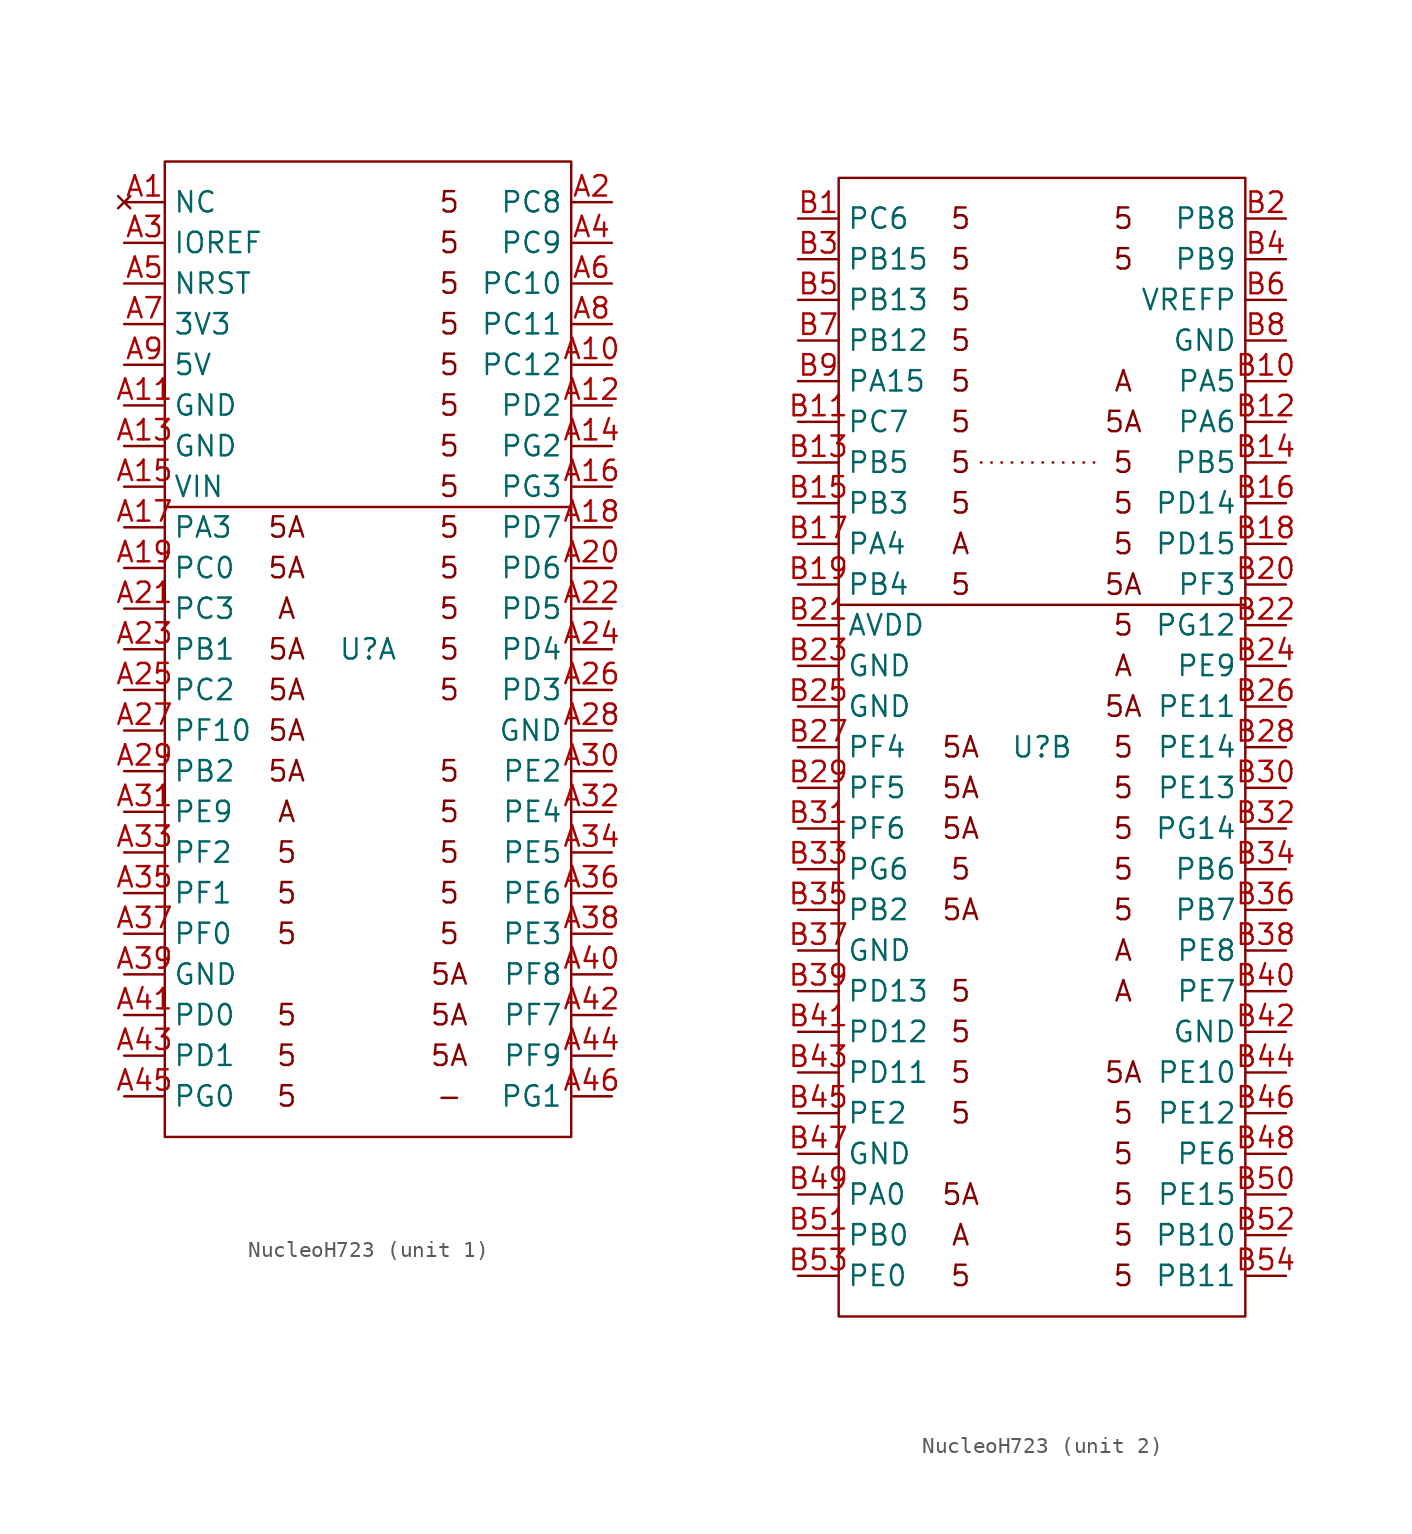
<source format=kicad_sym>
(kicad_symbol_lib
  (version 20220914)
  (generator kicad_symbol_editor)
  (symbol "NucleoH723"
    (property "Reference" "U"
      (at 0 0 0)
      (effects (font (size 1.27 1.27))))
    (property "Value" ""
      (at 0 0 0)
      (effects (font (size 1.27 1.27))))
    (property "ki_locked" ""
      (at 0 0 0)
      (effects (font (size 1.27 1.27))))
    (symbol "NucleoH723_1_1"
      (rectangle (start -12.7 30.48) (end 12.7 -30.48) (stroke (width 0) (type default)) (fill (type none)))
      (polyline (pts (xy 12.7 8.89) (xy -12.7 8.89)) (stroke (width 0) (type default)) (fill (type none)))
      (text "-" (at 5.08 -27.94 0) (effects (font (size 1.27 1.27))))
      (text "5" (at -5.08 -27.94 0) (effects (font (size 1.27 1.27))))
      (text "5" (at -5.08 -25.4 0) (effects (font (size 1.27 1.27))))
      (text "5" (at -5.08 -22.86 0) (effects (font (size 1.27 1.27))))
      (text "5" (at -5.08 -17.78 0) (effects (font (size 1.27 1.27))))
      (text "5" (at -5.08 -15.24 0) (effects (font (size 1.27 1.27))))
      (text "5" (at -5.08 -12.7 0) (effects (font (size 1.27 1.27))))
      (text "5" (at 5.08 -17.78 0) (effects (font (size 1.27 1.27))))
      (text "5" (at 5.08 -15.24 0) (effects (font (size 1.27 1.27))))
      (text "5" (at 5.08 -12.7 0) (effects (font (size 1.27 1.27))))
      (text "5" (at 5.08 -10.16 0) (effects (font (size 1.27 1.27))))
      (text "5" (at 5.08 -7.62 0) (effects (font (size 1.27 1.27))))
      (text "5" (at 5.08 -2.54 0) (effects (font (size 1.27 1.27))))
      (text "5" (at 5.08 0 0) (effects (font (size 1.27 1.27))))
      (text "5" (at 5.08 2.54 0) (effects (font (size 1.27 1.27))))
      (text "5" (at 5.08 5.08 0) (effects (font (size 1.27 1.27))))
      (text "5" (at 5.08 7.62 0) (effects (font (size 1.27 1.27))))
      (text "5" (at 5.08 10.16 0) (effects (font (size 1.27 1.27))))
      (text "5" (at 5.08 12.7 0) (effects (font (size 1.27 1.27))))
      (text "5" (at 5.08 15.24 0) (effects (font (size 1.27 1.27))))
      (text "5" (at 5.08 17.78 0) (effects (font (size 1.27 1.27))))
      (text "5" (at 5.08 20.32 0) (effects (font (size 1.27 1.27))))
      (text "5" (at 5.08 22.86 0) (effects (font (size 1.27 1.27))))
      (text "5" (at 5.08 25.4 0) (effects (font (size 1.27 1.27))))
      (text "5" (at 5.08 27.94 0) (effects (font (size 1.27 1.27))))
      (text "5A" (at -5.08 -7.62 0) (effects (font (size 1.27 1.27))))
      (text "5A" (at -5.08 -5.08 0) (effects (font (size 1.27 1.27))))
      (text "5A" (at -5.08 -2.54 0) (effects (font (size 1.27 1.27))))
      (text "5A" (at -5.08 0 0) (effects (font (size 1.27 1.27))))
      (text "5A" (at -5.08 5.08 0) (effects (font (size 1.27 1.27))))
      (text "5A" (at -5.08 7.62 0) (effects (font (size 1.27 1.27))))
      (text "5A" (at 5.08 -25.4 0) (effects (font (size 1.27 1.27))))
      (text "5A" (at 5.08 -22.86 0) (effects (font (size 1.27 1.27))))
      (text "5A" (at 5.08 -20.32 0) (effects (font (size 1.27 1.27))))
      (text "A" (at -5.08 -10.16 0) (effects (font (size 1.27 1.27))))
      (text "A" (at -5.08 2.54 0) (effects (font (size 1.27 1.27))))
      (pin no_connect line (at -15.24 27.94 0) (length 2.54) (name "NC" (effects (font (size 1.27 1.27)))) (number "A1" (effects (font (size 1.27 1.27)))))
      (pin bidirectional line (at 15.24 17.78 180) (length 2.54) (name "PC12" (effects (font (size 1.27 1.27)))) (number "A10" (effects (font (size 1.27 1.27)))))
      (pin bidirectional line (at -15.24 15.24 0) (length 2.54) (name "GND" (effects (font (size 1.27 1.27)))) (number "A11" (effects (font (size 1.27 1.27)))))
      (pin bidirectional line (at 15.24 15.24 180) (length 2.54) (name "PD2" (effects (font (size 1.27 1.27)))) (number "A12" (effects (font (size 1.27 1.27)))))
      (pin bidirectional line (at -15.24 12.7 0) (length 2.54) (name "GND" (effects (font (size 1.27 1.27)))) (number "A13" (effects (font (size 1.27 1.27)))))
      (pin bidirectional line (at 15.24 12.7 180) (length 2.54) (name "PG2" (effects (font (size 1.27 1.27)))) (number "A14" (effects (font (size 1.27 1.27)))))
      (pin bidirectional line (at -15.24 10.16 0) (length 2.54) (name "VIN" (effects (font (size 1.27 1.27)))) (number "A15" (effects (font (size 1.27 1.27)))))
      (pin bidirectional line (at 15.24 10.16 180) (length 2.54) (name "PG3" (effects (font (size 1.27 1.27)))) (number "A16" (effects (font (size 1.27 1.27)))))
      (pin bidirectional line (at -15.24 7.62 0) (length 2.54) (name "PA3" (effects (font (size 1.27 1.27)))) (number "A17" (effects (font (size 1.27 1.27)))))
      (pin bidirectional line (at 15.24 7.62 180) (length 2.54) (name "PD7" (effects (font (size 1.27 1.27)))) (number "A18" (effects (font (size 1.27 1.27)))))
      (pin bidirectional line (at -15.24 5.08 0) (length 2.54) (name "PC0" (effects (font (size 1.27 1.27)))) (number "A19" (effects (font (size 1.27 1.27)))))
      (pin bidirectional line (at 15.24 27.94 180) (length 2.54) (name "PC8" (effects (font (size 1.27 1.27)))) (number "A2" (effects (font (size 1.27 1.27)))))
      (pin bidirectional line (at 15.24 5.08 180) (length 2.54) (name "PD6" (effects (font (size 1.27 1.27)))) (number "A20" (effects (font (size 1.27 1.27)))))
      (pin bidirectional line (at -15.24 2.54 0) (length 2.54) (name "PC3" (effects (font (size 1.27 1.27)))) (number "A21" (effects (font (size 1.27 1.27)))))
      (pin bidirectional line (at 15.24 2.54 180) (length 2.54) (name "PD5" (effects (font (size 1.27 1.27)))) (number "A22" (effects (font (size 1.27 1.27)))))
      (pin bidirectional line (at -15.24 0 0) (length 2.54) (name "PB1" (effects (font (size 1.27 1.27)))) (number "A23" (effects (font (size 1.27 1.27)))))
      (pin bidirectional line (at 15.24 0 180) (length 2.54) (name "PD4" (effects (font (size 1.27 1.27)))) (number "A24" (effects (font (size 1.27 1.27)))))
      (pin bidirectional line (at -15.24 -2.54 0) (length 2.54) (name "PC2" (effects (font (size 1.27 1.27)))) (number "A25" (effects (font (size 1.27 1.27)))))
      (pin bidirectional line (at 15.24 -2.54 180) (length 2.54) (name "PD3" (effects (font (size 1.27 1.27)))) (number "A26" (effects (font (size 1.27 1.27)))))
      (pin bidirectional line (at -15.24 -5.08 0) (length 2.54) (name "PF10" (effects (font (size 1.27 1.27)))) (number "A27" (effects (font (size 1.27 1.27)))))
      (pin bidirectional line (at 15.24 -5.08 180) (length 2.54) (name "GND" (effects (font (size 1.27 1.27)))) (number "A28" (effects (font (size 1.27 1.27)))))
      (pin bidirectional line (at -15.24 -7.62 0) (length 2.54) (name "PB2" (effects (font (size 1.27 1.27)))) (number "A29" (effects (font (size 1.27 1.27)))))
      (pin bidirectional line (at -15.24 25.4 0) (length 2.54) (name "IOREF" (effects (font (size 1.27 1.27)))) (number "A3" (effects (font (size 1.27 1.27)))))
      (pin bidirectional line (at 15.24 -7.62 180) (length 2.54) (name "PE2" (effects (font (size 1.27 1.27)))) (number "A30" (effects (font (size 1.27 1.27)))))
      (pin bidirectional line (at -15.24 -10.16 0) (length 2.54) (name "PE9" (effects (font (size 1.27 1.27)))) (number "A31" (effects (font (size 1.27 1.27)))))
      (pin bidirectional line (at 15.24 -10.16 180) (length 2.54) (name "PE4" (effects (font (size 1.27 1.27)))) (number "A32" (effects (font (size 1.27 1.27)))))
      (pin bidirectional line (at -15.24 -12.7 0) (length 2.54) (name "PF2" (effects (font (size 1.27 1.27)))) (number "A33" (effects (font (size 1.27 1.27)))))
      (pin bidirectional line (at 15.24 -12.7 180) (length 2.54) (name "PE5" (effects (font (size 1.27 1.27)))) (number "A34" (effects (font (size 1.27 1.27)))))
      (pin bidirectional line (at -15.24 -15.24 0) (length 2.54) (name "PF1" (effects (font (size 1.27 1.27)))) (number "A35" (effects (font (size 1.27 1.27)))))
      (pin bidirectional line (at 15.24 -15.24 180) (length 2.54) (name "PE6" (effects (font (size 1.27 1.27)))) (number "A36" (effects (font (size 1.27 1.27)))))
      (pin bidirectional line (at -15.24 -17.78 0) (length 2.54) (name "PF0" (effects (font (size 1.27 1.27)))) (number "A37" (effects (font (size 1.27 1.27)))))
      (pin bidirectional line (at 15.24 -17.78 180) (length 2.54) (name "PE3" (effects (font (size 1.27 1.27)))) (number "A38" (effects (font (size 1.27 1.27)))))
      (pin bidirectional line (at -15.24 -20.32 0) (length 2.54) (name "GND" (effects (font (size 1.27 1.27)))) (number "A39" (effects (font (size 1.27 1.27)))))
      (pin bidirectional line (at 15.24 25.4 180) (length 2.54) (name "PC9" (effects (font (size 1.27 1.27)))) (number "A4" (effects (font (size 1.27 1.27)))))
      (pin bidirectional line (at 15.24 -20.32 180) (length 2.54) (name "PF8" (effects (font (size 1.27 1.27)))) (number "A40" (effects (font (size 1.27 1.27)))))
      (pin bidirectional line (at -15.24 -22.86 0) (length 2.54) (name "PD0" (effects (font (size 1.27 1.27)))) (number "A41" (effects (font (size 1.27 1.27)))))
      (pin bidirectional line (at 15.24 -22.86 180) (length 2.54) (name "PF7" (effects (font (size 1.27 1.27)))) (number "A42" (effects (font (size 1.27 1.27)))))
      (pin bidirectional line (at -15.24 -25.4 0) (length 2.54) (name "PD1" (effects (font (size 1.27 1.27)))) (number "A43" (effects (font (size 1.27 1.27)))))
      (pin bidirectional line (at 15.24 -25.4 180) (length 2.54) (name "PF9" (effects (font (size 1.27 1.27)))) (number "A44" (effects (font (size 1.27 1.27)))))
      (pin bidirectional line (at -15.24 -27.94 0) (length 2.54) (name "PG0" (effects (font (size 1.27 1.27)))) (number "A45" (effects (font (size 1.27 1.27)))))
      (pin bidirectional line (at 15.24 -27.94 180) (length 2.54) (name "PG1" (effects (font (size 1.27 1.27)))) (number "A46" (effects (font (size 1.27 1.27)))))
      (pin bidirectional line (at -15.24 22.86 0) (length 2.54) (name "NRST" (effects (font (size 1.27 1.27)))) (number "A5" (effects (font (size 1.27 1.27)))))
      (pin bidirectional line (at 15.24 22.86 180) (length 2.54) (name "PC10" (effects (font (size 1.27 1.27)))) (number "A6" (effects (font (size 1.27 1.27)))))
      (pin bidirectional line (at -15.24 20.32 0) (length 2.54) (name "3V3" (effects (font (size 1.27 1.27)))) (number "A7" (effects (font (size 1.27 1.27)))))
      (pin bidirectional line (at 15.24 20.32 180) (length 2.54) (name "PC11" (effects (font (size 1.27 1.27)))) (number "A8" (effects (font (size 1.27 1.27)))))
      (pin bidirectional line (at -15.24 17.78 0) (length 2.54) (name "5V" (effects (font (size 1.27 1.27)))) (number "A9" (effects (font (size 1.27 1.27))))))
    (symbol "NucleoH723_2_1"
      (rectangle (start -12.7 35.56) (end 12.7 -35.56) (stroke (width 0) (type default)) (fill (type none)))
      (polyline (pts (xy -3.81 17.78) (xy 3.81 17.78)) (stroke (width 0) (type dot)) (fill (type none)))
      (polyline (pts (xy 12.7 8.89) (xy -12.7 8.89)) (stroke (width 0) (type default)) (fill (type none)))
      (text "5" (at -5.08 -33.02 0) (effects (font (size 1.27 1.27))))
      (text "5" (at -5.08 -22.86 0) (effects (font (size 1.27 1.27))))
      (text "5" (at -5.08 -20.32 0) (effects (font (size 1.27 1.27))))
      (text "5" (at -5.08 -17.78 0) (effects (font (size 1.27 1.27))))
      (text "5" (at -5.08 -15.24 0) (effects (font (size 1.27 1.27))))
      (text "5" (at -5.08 -7.62 0) (effects (font (size 1.27 1.27))))
      (text "5" (at -5.08 10.16 0) (effects (font (size 1.27 1.27))))
      (text "5" (at -5.08 15.24 0) (effects (font (size 1.27 1.27))))
      (text "5" (at -5.08 17.78 0) (effects (font (size 1.27 1.27))))
      (text "5" (at -5.08 20.32 0) (effects (font (size 1.27 1.27))))
      (text "5" (at -5.08 22.86 0) (effects (font (size 1.27 1.27))))
      (text "5" (at -5.08 25.4 0) (effects (font (size 1.27 1.27))))
      (text "5" (at -5.08 27.94 0) (effects (font (size 1.27 1.27))))
      (text "5" (at -5.08 30.48 0) (effects (font (size 1.27 1.27))))
      (text "5" (at -5.08 33.02 0) (effects (font (size 1.27 1.27))))
      (text "5" (at 5.08 -33.02 0) (effects (font (size 1.27 1.27))))
      (text "5" (at 5.08 -30.48 0) (effects (font (size 1.27 1.27))))
      (text "5" (at 5.08 -27.94 0) (effects (font (size 1.27 1.27))))
      (text "5" (at 5.08 -25.4 0) (effects (font (size 1.27 1.27))))
      (text "5" (at 5.08 -22.86 0) (effects (font (size 1.27 1.27))))
      (text "5" (at 5.08 -10.16 0) (effects (font (size 1.27 1.27))))
      (text "5" (at 5.08 -7.62 0) (effects (font (size 1.27 1.27))))
      (text "5" (at 5.08 -5.08 0) (effects (font (size 1.27 1.27))))
      (text "5" (at 5.08 -2.54 0) (effects (font (size 1.27 1.27))))
      (text "5" (at 5.08 0 0) (effects (font (size 1.27 1.27))))
      (text "5" (at 5.08 7.62 0) (effects (font (size 1.27 1.27))))
      (text "5" (at 5.08 12.7 0) (effects (font (size 1.27 1.27))))
      (text "5" (at 5.08 15.24 0) (effects (font (size 1.27 1.27))))
      (text "5" (at 5.08 17.78 0) (effects (font (size 1.27 1.27))))
      (text "5" (at 5.08 30.48 0) (effects (font (size 1.27 1.27))))
      (text "5" (at 5.08 33.02 0) (effects (font (size 1.27 1.27))))
      (text "5A" (at -5.08 -27.94 0) (effects (font (size 1.27 1.27))))
      (text "5A" (at -5.08 -10.16 0) (effects (font (size 1.27 1.27))))
      (text "5A" (at -5.08 -5.08 0) (effects (font (size 1.27 1.27))))
      (text "5A" (at -5.08 -2.54 0) (effects (font (size 1.27 1.27))))
      (text "5A" (at -5.08 0 0) (effects (font (size 1.27 1.27))))
      (text "5A" (at 5.08 -20.32 0) (effects (font (size 1.27 1.27))))
      (text "5A" (at 5.08 2.54 0) (effects (font (size 1.27 1.27))))
      (text "5A" (at 5.08 10.16 0) (effects (font (size 1.27 1.27))))
      (text "5A" (at 5.08 20.32 0) (effects (font (size 1.27 1.27))))
      (text "A" (at -5.08 -30.48 0) (effects (font (size 1.27 1.27))))
      (text "A" (at -5.08 12.7 0) (effects (font (size 1.27 1.27))))
      (text "A" (at 5.08 -15.24 0) (effects (font (size 1.27 1.27))))
      (text "A" (at 5.08 -12.7 0) (effects (font (size 1.27 1.27))))
      (text "A" (at 5.08 5.08 0) (effects (font (size 1.27 1.27))))
      (text "A" (at 5.08 22.86 0) (effects (font (size 1.27 1.27))))
      (pin bidirectional line (at -15.24 33.02 0) (length 2.54) (name "PC6" (effects (font (size 1.27 1.27)))) (number "B1" (effects (font (size 1.27 1.27)))))
      (pin bidirectional line (at 15.24 22.86 180) (length 2.54) (name "PA5" (effects (font (size 1.27 1.27)))) (number "B10" (effects (font (size 1.27 1.27)))))
      (pin bidirectional line (at -15.24 20.32 0) (length 2.54) (name "PC7" (effects (font (size 1.27 1.27)))) (number "B11" (effects (font (size 1.27 1.27)))))
      (pin bidirectional line (at 15.24 20.32 180) (length 2.54) (name "PA6" (effects (font (size 1.27 1.27)))) (number "B12" (effects (font (size 1.27 1.27)))))
      (pin bidirectional line (at -15.24 17.78 0) (length 2.54) (name "PB5" (effects (font (size 1.27 1.27)))) (number "B13" (effects (font (size 1.27 1.27)))))
      (pin bidirectional line (at 15.24 17.78 180) (length 2.54) (name "PB5" (effects (font (size 1.27 1.27)))) (number "B14" (effects (font (size 1.27 1.27)))))
      (pin bidirectional line (at -15.24 15.24 0) (length 2.54) (name "PB3" (effects (font (size 1.27 1.27)))) (number "B15" (effects (font (size 1.27 1.27)))))
      (pin bidirectional line (at 15.24 15.24 180) (length 2.54) (name "PD14" (effects (font (size 1.27 1.27)))) (number "B16" (effects (font (size 1.27 1.27)))))
      (pin bidirectional line (at -15.24 12.7 0) (length 2.54) (name "PA4" (effects (font (size 1.27 1.27)))) (number "B17" (effects (font (size 1.27 1.27)))))
      (pin bidirectional line (at 15.24 12.7 180) (length 2.54) (name "PD15" (effects (font (size 1.27 1.27)))) (number "B18" (effects (font (size 1.27 1.27)))))
      (pin bidirectional line (at -15.24 10.16 0) (length 2.54) (name "PB4" (effects (font (size 1.27 1.27)))) (number "B19" (effects (font (size 1.27 1.27)))))
      (pin bidirectional line (at 15.24 33.02 180) (length 2.54) (name "PB8" (effects (font (size 1.27 1.27)))) (number "B2" (effects (font (size 1.27 1.27)))))
      (pin bidirectional line (at 15.24 10.16 180) (length 2.54) (name "PF3" (effects (font (size 1.27 1.27)))) (number "B20" (effects (font (size 1.27 1.27)))))
      (pin bidirectional line (at -15.24 7.62 0) (length 2.54) (name "AVDD" (effects (font (size 1.27 1.27)))) (number "B21" (effects (font (size 1.27 1.27)))))
      (pin bidirectional line (at 15.24 7.62 180) (length 2.54) (name "PG12" (effects (font (size 1.27 1.27)))) (number "B22" (effects (font (size 1.27 1.27)))))
      (pin bidirectional line (at -15.24 5.08 0) (length 2.54) (name "GND" (effects (font (size 1.27 1.27)))) (number "B23" (effects (font (size 1.27 1.27)))))
      (pin bidirectional line (at 15.24 5.08 180) (length 2.54) (name "PE9" (effects (font (size 1.27 1.27)))) (number "B24" (effects (font (size 1.27 1.27)))))
      (pin bidirectional line (at -15.24 2.54 0) (length 2.54) (name "GND" (effects (font (size 1.27 1.27)))) (number "B25" (effects (font (size 1.27 1.27)))))
      (pin bidirectional line (at 15.24 2.54 180) (length 2.54) (name "PE11" (effects (font (size 1.27 1.27)))) (number "B26" (effects (font (size 1.27 1.27)))))
      (pin bidirectional line (at -15.24 0 0) (length 2.54) (name "PF4" (effects (font (size 1.27 1.27)))) (number "B27" (effects (font (size 1.27 1.27)))))
      (pin bidirectional line (at 15.24 0 180) (length 2.54) (name "PE14" (effects (font (size 1.27 1.27)))) (number "B28" (effects (font (size 1.27 1.27)))))
      (pin bidirectional line (at -15.24 -2.54 0) (length 2.54) (name "PF5" (effects (font (size 1.27 1.27)))) (number "B29" (effects (font (size 1.27 1.27)))))
      (pin bidirectional line (at -15.24 30.48 0) (length 2.54) (name "PB15" (effects (font (size 1.27 1.27)))) (number "B3" (effects (font (size 1.27 1.27)))))
      (pin bidirectional line (at 15.24 -2.54 180) (length 2.54) (name "PE13" (effects (font (size 1.27 1.27)))) (number "B30" (effects (font (size 1.27 1.27)))))
      (pin bidirectional line (at -15.24 -5.08 0) (length 2.54) (name "PF6" (effects (font (size 1.27 1.27)))) (number "B31" (effects (font (size 1.27 1.27)))))
      (pin bidirectional line (at 15.24 -5.08 180) (length 2.54) (name "PG14" (effects (font (size 1.27 1.27)))) (number "B32" (effects (font (size 1.27 1.27)))))
      (pin bidirectional line (at -15.24 -7.62 0) (length 2.54) (name "PG6" (effects (font (size 1.27 1.27)))) (number "B33" (effects (font (size 1.27 1.27)))))
      (pin bidirectional line (at 15.24 -7.62 180) (length 2.54) (name "PB6" (effects (font (size 1.27 1.27)))) (number "B34" (effects (font (size 1.27 1.27)))))
      (pin bidirectional line (at -15.24 -10.16 0) (length 2.54) (name "PB2" (effects (font (size 1.27 1.27)))) (number "B35" (effects (font (size 1.27 1.27)))))
      (pin bidirectional line (at 15.24 -10.16 180) (length 2.54) (name "PB7" (effects (font (size 1.27 1.27)))) (number "B36" (effects (font (size 1.27 1.27)))))
      (pin bidirectional line (at -15.24 -12.7 0) (length 2.54) (name "GND" (effects (font (size 1.27 1.27)))) (number "B37" (effects (font (size 1.27 1.27)))))
      (pin bidirectional line (at 15.24 -12.7 180) (length 2.54) (name "PE8" (effects (font (size 1.27 1.27)))) (number "B38" (effects (font (size 1.27 1.27)))))
      (pin bidirectional line (at -15.24 -15.24 0) (length 2.54) (name "PD13" (effects (font (size 1.27 1.27)))) (number "B39" (effects (font (size 1.27 1.27)))))
      (pin bidirectional line (at 15.24 30.48 180) (length 2.54) (name "PB9" (effects (font (size 1.27 1.27)))) (number "B4" (effects (font (size 1.27 1.27)))))
      (pin bidirectional line (at 15.24 -15.24 180) (length 2.54) (name "PE7" (effects (font (size 1.27 1.27)))) (number "B40" (effects (font (size 1.27 1.27)))))
      (pin bidirectional line (at -15.24 -17.78 0) (length 2.54) (name "PD12" (effects (font (size 1.27 1.27)))) (number "B41" (effects (font (size 1.27 1.27)))))
      (pin bidirectional line (at 15.24 -17.78 180) (length 2.54) (name "GND" (effects (font (size 1.27 1.27)))) (number "B42" (effects (font (size 1.27 1.27)))))
      (pin bidirectional line (at -15.24 -20.32 0) (length 2.54) (name "PD11" (effects (font (size 1.27 1.27)))) (number "B43" (effects (font (size 1.27 1.27)))))
      (pin bidirectional line (at 15.24 -20.32 180) (length 2.54) (name "PE10" (effects (font (size 1.27 1.27)))) (number "B44" (effects (font (size 1.27 1.27)))))
      (pin bidirectional line (at -15.24 -22.86 0) (length 2.54) (name "PE2" (effects (font (size 1.27 1.27)))) (number "B45" (effects (font (size 1.27 1.27)))))
      (pin bidirectional line (at 15.24 -22.86 180) (length 2.54) (name "PE12" (effects (font (size 1.27 1.27)))) (number "B46" (effects (font (size 1.27 1.27)))))
      (pin bidirectional line (at -15.24 -25.4 0) (length 2.54) (name "GND" (effects (font (size 1.27 1.27)))) (number "B47" (effects (font (size 1.27 1.27)))))
      (pin bidirectional line (at 15.24 -25.4 180) (length 2.54) (name "PE6" (effects (font (size 1.27 1.27)))) (number "B48" (effects (font (size 1.27 1.27)))))
      (pin bidirectional line (at -15.24 -27.94 0) (length 2.54) (name "PA0" (effects (font (size 1.27 1.27)))) (number "B49" (effects (font (size 1.27 1.27)))))
      (pin bidirectional line (at -15.24 27.94 0) (length 2.54) (name "PB13" (effects (font (size 1.27 1.27)))) (number "B5" (effects (font (size 1.27 1.27)))))
      (pin bidirectional line (at 15.24 -27.94 180) (length 2.54) (name "PE15" (effects (font (size 1.27 1.27)))) (number "B50" (effects (font (size 1.27 1.27)))))
      (pin bidirectional line (at -15.24 -30.48 0) (length 2.54) (name "PB0" (effects (font (size 1.27 1.27)))) (number "B51" (effects (font (size 1.27 1.27)))))
      (pin bidirectional line (at 15.24 -30.48 180) (length 2.54) (name "PB10" (effects (font (size 1.27 1.27)))) (number "B52" (effects (font (size 1.27 1.27)))))
      (pin bidirectional line (at -15.24 -33.02 0) (length 2.54) (name "PE0" (effects (font (size 1.27 1.27)))) (number "B53" (effects (font (size 1.27 1.27)))))
      (pin bidirectional line (at 15.24 -33.02 180) (length 2.54) (name "PB11" (effects (font (size 1.27 1.27)))) (number "B54" (effects (font (size 1.27 1.27)))))
      (pin bidirectional line (at 15.24 27.94 180) (length 2.54) (name "VREFP" (effects (font (size 1.27 1.27)))) (number "B6" (effects (font (size 1.27 1.27)))))
      (pin bidirectional line (at -15.24 25.4 0) (length 2.54) (name "PB12" (effects (font (size 1.27 1.27)))) (number "B7" (effects (font (size 1.27 1.27)))))
      (pin bidirectional line (at 15.24 25.4 180) (length 2.54) (name "GND" (effects (font (size 1.27 1.27)))) (number "B8" (effects (font (size 1.27 1.27)))))
      (pin bidirectional line (at -15.24 22.86 0) (length 2.54) (name "PA15" (effects (font (size 1.27 1.27)))) (number "B9" (effects (font (size 1.27 1.27))))))))
</source>
